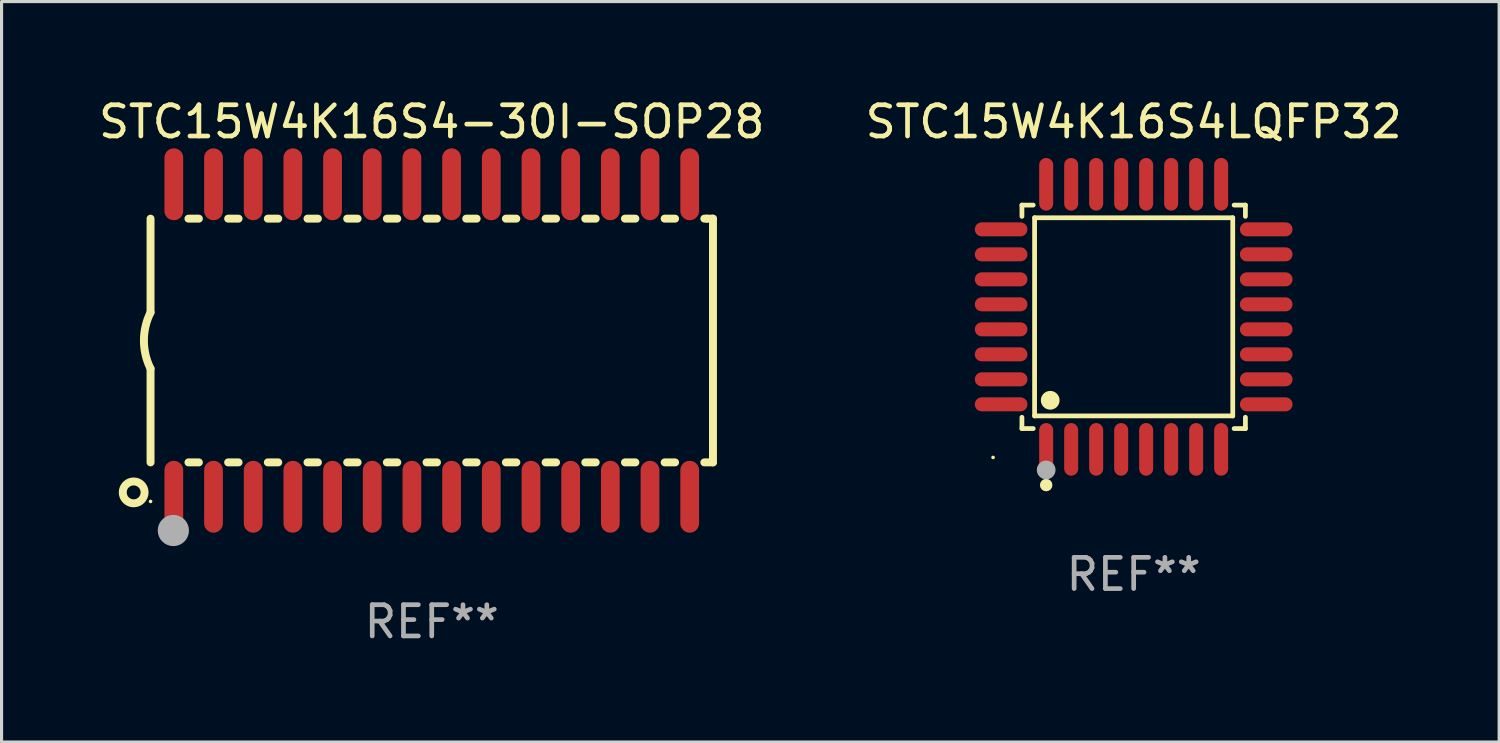
<source format=kicad_pcb>
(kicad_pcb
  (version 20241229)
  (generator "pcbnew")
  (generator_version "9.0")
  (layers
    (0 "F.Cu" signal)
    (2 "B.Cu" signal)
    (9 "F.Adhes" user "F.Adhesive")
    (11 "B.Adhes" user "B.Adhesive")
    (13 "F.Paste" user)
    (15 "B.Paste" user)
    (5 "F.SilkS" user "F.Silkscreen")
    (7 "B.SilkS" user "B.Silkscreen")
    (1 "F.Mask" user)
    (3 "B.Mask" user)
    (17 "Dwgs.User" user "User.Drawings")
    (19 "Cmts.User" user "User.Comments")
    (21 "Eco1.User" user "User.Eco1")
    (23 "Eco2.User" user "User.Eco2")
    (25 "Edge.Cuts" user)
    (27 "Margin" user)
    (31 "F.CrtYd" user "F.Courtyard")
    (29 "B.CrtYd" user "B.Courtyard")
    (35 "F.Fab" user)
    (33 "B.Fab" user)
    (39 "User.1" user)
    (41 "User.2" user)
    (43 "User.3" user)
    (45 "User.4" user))
  (footprint "STC15W4K16S4LQFP32"
    (layer "F.Cu")
    (at 33.232 7.09)
    (property "Reference" "STC15W4K16S4LQFP32" (at 0 -6.242 0) (layer "F.SilkS") (effects (font (size 1 1) (thickness 0.15))))
    (attr through_hole)
    (fp_line (start -3.576 -3.576) (end -3.215 -3.576) (stroke (width 0.152) (type solid)) (layer "F.SilkS"))
    (fp_line (start -3.576 -3.215) (end -3.576 -3.576) (stroke (width 0.152) (type solid)) (layer "F.SilkS"))
    (fp_line (start -3.576 3.215) (end -3.576 3.576) (stroke (width 0.152) (type solid)) (layer "F.SilkS"))
    (fp_line (start -3.576 3.576) (end -3.215 3.576) (stroke (width 0.152) (type solid)) (layer "F.SilkS"))
    (fp_line (start -3.171 -3.171) (end 3.171 -3.171) (stroke (width 0.152) (type solid)) (layer "F.SilkS"))
    (fp_line (start -3.171 3.171) (end -3.171 -3.171) (stroke (width 0.152) (type solid)) (layer "F.SilkS"))
    (fp_line (start 3.171 -3.171) (end 3.171 3.171) (stroke (width 0.152) (type solid)) (layer "F.SilkS"))
    (fp_line (start 3.171 3.171) (end -3.171 3.171) (stroke (width 0.152) (type solid)) (layer "F.SilkS"))
    (fp_line (start 3.576 -3.576) (end 3.215 -3.576) (stroke (width 0.152) (type solid)) (layer "F.SilkS"))
    (fp_line (start 3.576 -3.215) (end 3.576 -3.576) (stroke (width 0.152) (type solid)) (layer "F.SilkS"))
    (fp_line (start 3.576 3.215) (end 3.576 3.576) (stroke (width 0.152) (type solid)) (layer "F.SilkS"))
    (fp_line (start 3.576 3.576) (end 3.215 3.576) (stroke (width 0.152) (type solid)) (layer "F.SilkS"))
    (fp_circle (center -4.5 4.5) (end -4.47 4.5) (stroke (width 0.06) (type solid)) (fill no) (layer "F.SilkS"))
    (fp_circle (center -2.8 5.384) (end -2.7 5.384) (stroke (width 0.2) (type solid)) (fill no) (layer "F.SilkS"))
    (fp_circle (center -2.671 2.671) (end -2.521 2.671) (stroke (width 0.3) (type solid)) (fill no) (layer "F.SilkS"))
    (fp_circle (center -2.8 4.9) (end -2.65 4.9) (stroke (width 0.3) (type solid)) (fill no) (layer "F.Fab"))
    (fp_text user "REF**" (at 0 8.242 0) (layer "F.Fab") (effects (font (size 1 1) (thickness 0.15))))
    (pad "1" smd oval (at -2.8 4.242) (size 0.448 1.684) (layers "F.Cu" "F.Mask" "F.Paste"))
    (pad "2" smd oval (at -2 4.242) (size 0.448 1.684) (layers "F.Cu" "F.Mask" "F.Paste"))
    (pad "3" smd oval (at -1.2 4.242) (size 0.448 1.684) (layers "F.Cu" "F.Mask" "F.Paste"))
    (pad "4" smd oval (at -0.4 4.242) (size 0.448 1.684) (layers "F.Cu" "F.Mask" "F.Paste"))
    (pad "5" smd oval (at 0.4 4.242) (size 0.448 1.684) (layers "F.Cu" "F.Mask" "F.Paste"))
    (pad "6" smd oval (at 1.2 4.242) (size 0.448 1.684) (layers "F.Cu" "F.Mask" "F.Paste"))
    (pad "7" smd oval (at 2 4.242) (size 0.448 1.684) (layers "F.Cu" "F.Mask" "F.Paste"))
    (pad "8" smd oval (at 2.8 4.242) (size 0.448 1.684) (layers "F.Cu" "F.Mask" "F.Paste"))
    (pad "9" smd oval (at 4.242 2.8) (size 1.684 0.448) (layers "F.Cu" "F.Mask" "F.Paste"))
    (pad "10" smd oval (at 4.242 2) (size 1.684 0.448) (layers "F.Cu" "F.Mask" "F.Paste"))
    (pad "11" smd oval (at 4.242 1.2) (size 1.684 0.448) (layers "F.Cu" "F.Mask" "F.Paste"))
    (pad "12" smd oval (at 4.242 0.4) (size 1.684 0.448) (layers "F.Cu" "F.Mask" "F.Paste"))
    (pad "13" smd oval (at 4.242 -0.4) (size 1.684 0.448) (layers "F.Cu" "F.Mask" "F.Paste"))
    (pad "14" smd oval (at 4.242 -1.2) (size 1.684 0.448) (layers "F.Cu" "F.Mask" "F.Paste"))
    (pad "15" smd oval (at 4.242 -2) (size 1.684 0.448) (layers "F.Cu" "F.Mask" "F.Paste"))
    (pad "16" smd oval (at 4.242 -2.8) (size 1.684 0.448) (layers "F.Cu" "F.Mask" "F.Paste"))
    (pad "17" smd oval (at 2.8 -4.242) (size 0.448 1.684) (layers "F.Cu" "F.Mask" "F.Paste"))
    (pad "18" smd oval (at 2 -4.242) (size 0.448 1.684) (layers "F.Cu" "F.Mask" "F.Paste"))
    (pad "19" smd oval (at 1.2 -4.242) (size 0.448 1.684) (layers "F.Cu" "F.Mask" "F.Paste"))
    (pad "20" smd oval (at 0.4 -4.242) (size 0.448 1.684) (layers "F.Cu" "F.Mask" "F.Paste"))
    (pad "21" smd oval (at -0.4 -4.242) (size 0.448 1.684) (layers "F.Cu" "F.Mask" "F.Paste"))
    (pad "22" smd oval (at -1.2 -4.242) (size 0.448 1.684) (layers "F.Cu" "F.Mask" "F.Paste"))
    (pad "23" smd oval (at -2 -4.242) (size 0.448 1.684) (layers "F.Cu" "F.Mask" "F.Paste"))
    (pad "24" smd oval (at -2.8 -4.242) (size 0.448 1.684) (layers "F.Cu" "F.Mask" "F.Paste"))
    (pad "25" smd oval (at -4.242 -2.8) (size 1.684 0.448) (layers "F.Cu" "F.Mask" "F.Paste"))
    (pad "26" smd oval (at -4.242 -2) (size 1.684 0.448) (layers "F.Cu" "F.Mask" "F.Paste"))
    (pad "27" smd oval (at -4.242 -1.2) (size 1.684 0.448) (layers "F.Cu" "F.Mask" "F.Paste"))
    (pad "28" smd oval (at -4.242 -0.4) (size 1.684 0.448) (layers "F.Cu" "F.Mask" "F.Paste"))
    (pad "29" smd oval (at -4.242 0.4) (size 1.684 0.448) (layers "F.Cu" "F.Mask" "F.Paste"))
    (pad "30" smd oval (at -4.242 1.2) (size 1.684 0.448) (layers "F.Cu" "F.Mask" "F.Paste"))
    (pad "31" smd oval (at -4.242 2) (size 1.684 0.448) (layers "F.Cu" "F.Mask" "F.Paste"))
    (pad "32" smd oval (at -4.242 2.8) (size 1.684 0.448) (layers "F.Cu" "F.Mask" "F.Paste")))
  (footprint "STC15W4K16S4-30I-SOP28"
    (layer "F.Cu")
    (at 10.768 7.848)
    (property "Reference" "STC15W4K16S4-30I-SOP28" (at 0 -7 0) (layer "F.SilkS") (effects (font (size 1 1) (thickness 0.15))))
    (attr through_hole)
    (fp_line (start -9 -3.9) (end -9 -0.9) (stroke (width 0.254) (type solid)) (layer "F.SilkS"))
    (fp_line (start -9 3.9) (end -9 0.9) (stroke (width 0.254) (type solid)) (layer "F.SilkS"))
    (fp_line (start -7.787 -3.9) (end -7.453 -3.9) (stroke (width 0.254) (type solid)) (layer "F.SilkS"))
    (fp_line (start -7.787 3.9) (end -7.453 3.9) (stroke (width 0.254) (type solid)) (layer "F.SilkS"))
    (fp_line (start -6.517 3.9) (end -6.183 3.9) (stroke (width 0.254) (type solid)) (layer "F.SilkS"))
    (fp_line (start -6.517 -3.9) (end -6.183 -3.9) (stroke (width 0.254) (type solid)) (layer "F.SilkS"))
    (fp_line (start -5.247 3.9) (end -4.913 3.9) (stroke (width 0.254) (type solid)) (layer "F.SilkS"))
    (fp_line (start -5.247 -3.9) (end -4.913 -3.9) (stroke (width 0.254) (type solid)) (layer "F.SilkS"))
    (fp_line (start -3.977 3.9) (end -3.643 3.9) (stroke (width 0.254) (type solid)) (layer "F.SilkS"))
    (fp_line (start -3.977 -3.9) (end -3.643 -3.9) (stroke (width 0.254) (type solid)) (layer "F.SilkS"))
    (fp_line (start -2.707 3.9) (end -2.373 3.9) (stroke (width 0.254) (type solid)) (layer "F.SilkS"))
    (fp_line (start -2.707 -3.9) (end -2.373 -3.9) (stroke (width 0.254) (type solid)) (layer "F.SilkS"))
    (fp_line (start -1.437 3.9) (end -1.103 3.9) (stroke (width 0.254) (type solid)) (layer "F.SilkS"))
    (fp_line (start -1.437 -3.9) (end -1.103 -3.9) (stroke (width 0.254) (type solid)) (layer "F.SilkS"))
    (fp_line (start -0.167 3.9) (end 0.167 3.9) (stroke (width 0.254) (type solid)) (layer "F.SilkS"))
    (fp_line (start -0.167 -3.9) (end 0.167 -3.9) (stroke (width 0.254) (type solid)) (layer "F.SilkS"))
    (fp_line (start 1.103 3.9) (end 1.437 3.9) (stroke (width 0.254) (type solid)) (layer "F.SilkS"))
    (fp_line (start 1.103 -3.9) (end 1.437 -3.9) (stroke (width 0.254) (type solid)) (layer "F.SilkS"))
    (fp_line (start 2.373 3.9) (end 2.707 3.9) (stroke (width 0.254) (type solid)) (layer "F.SilkS"))
    (fp_line (start 2.373 -3.9) (end 2.707 -3.9) (stroke (width 0.254) (type solid)) (layer "F.SilkS"))
    (fp_line (start 3.643 3.9) (end 3.977 3.9) (stroke (width 0.254) (type solid)) (layer "F.SilkS"))
    (fp_line (start 3.643 -3.9) (end 3.977 -3.9) (stroke (width 0.254) (type solid)) (layer "F.SilkS"))
    (fp_line (start 4.913 3.9) (end 5.247 3.9) (stroke (width 0.254) (type solid)) (layer "F.SilkS"))
    (fp_line (start 4.913 -3.9) (end 5.247 -3.9) (stroke (width 0.254) (type solid)) (layer "F.SilkS"))
    (fp_line (start 6.183 3.9) (end 6.517 3.9) (stroke (width 0.254) (type solid)) (layer "F.SilkS"))
    (fp_line (start 6.183 -3.9) (end 6.517 -3.9) (stroke (width 0.254) (type solid)) (layer "F.SilkS"))
    (fp_line (start 7.453 -3.9) (end 7.787 -3.9) (stroke (width 0.254) (type solid)) (layer "F.SilkS"))
    (fp_line (start 7.453 3.9) (end 7.787 3.9) (stroke (width 0.254) (type solid)) (layer "F.SilkS"))
    (fp_line (start 8.723 -3.9) (end 8.8 -3.9) (stroke (width 0.254) (type solid)) (layer "F.SilkS"))
    (fp_line (start 8.723 3.9) (end 9 3.9) (stroke (width 0.254) (type solid)) (layer "F.SilkS"))
    (fp_line (start 8.8 -3.9) (end 9 -3.9) (stroke (width 0.254) (type solid)) (layer "F.SilkS"))
    (fp_line (start 9 -3.9) (end 9 3.9) (stroke (width 0.254) (type solid)) (layer "F.SilkS"))
    (fp_arc (start -8.999606 0.900432) (mid -9.212 0.000246) (end -8.99986 -0.9) (stroke (width 0.254001) (type solid)) (layer "F.SilkS"))
    (fp_circle (center -9.54 4.86) (end -9.19 4.86) (stroke (width 0.254) (type solid)) (fill no) (layer "F.SilkS"))
    (fp_circle (center -9 5.15) (end -8.97 5.15) (stroke (width 0.06) (type solid)) (fill no) (layer "F.SilkS"))
    (fp_circle (center -8.27 6.08) (end -8.02 6.08) (stroke (width 0.5) (type solid)) (fill no) (layer "F.Fab"))
    (fp_text user "REF**" (at 0 9 0) (layer "F.Fab") (effects (font (size 1 1) (thickness 0.15))))
    (pad "1" smd oval (at -8.255 5) (size 0.6 2.3) (layers "F.Cu" "F.Mask" "F.Paste"))
    (pad "2" smd oval (at -6.985 5) (size 0.6 2.3) (layers "F.Cu" "F.Mask" "F.Paste"))
    (pad "3" smd oval (at -5.715 5) (size 0.6 2.3) (layers "F.Cu" "F.Mask" "F.Paste"))
    (pad "4" smd oval (at -4.445 5) (size 0.6 2.3) (layers "F.Cu" "F.Mask" "F.Paste"))
    (pad "5" smd oval (at -3.175 5) (size 0.6 2.3) (layers "F.Cu" "F.Mask" "F.Paste"))
    (pad "6" smd oval (at -1.905 5) (size 0.6 2.3) (layers "F.Cu" "F.Mask" "F.Paste"))
    (pad "7" smd oval (at -0.635 5) (size 0.6 2.3) (layers "F.Cu" "F.Mask" "F.Paste"))
    (pad "8" smd oval (at 0.635 5) (size 0.6 2.3) (layers "F.Cu" "F.Mask" "F.Paste"))
    (pad "9" smd oval (at 1.905 5) (size 0.6 2.3) (layers "F.Cu" "F.Mask" "F.Paste"))
    (pad "10" smd oval (at 3.175 5) (size 0.6 2.3) (layers "F.Cu" "F.Mask" "F.Paste"))
    (pad "11" smd oval (at 4.445 5) (size 0.6 2.3) (layers "F.Cu" "F.Mask" "F.Paste"))
    (pad "12" smd oval (at 5.715 5) (size 0.6 2.3) (layers "F.Cu" "F.Mask" "F.Paste"))
    (pad "13" smd oval (at 6.985 5) (size 0.6 2.3) (layers "F.Cu" "F.Mask" "F.Paste"))
    (pad "14" smd oval (at 8.255 5) (size 0.6 2.3) (layers "F.Cu" "F.Mask" "F.Paste"))
    (pad "15" smd oval (at 8.255 -5) (size 0.6 2.3) (layers "F.Cu" "F.Mask" "F.Paste"))
    (pad "16" smd oval (at 6.985 -5) (size 0.6 2.3) (layers "F.Cu" "F.Mask" "F.Paste"))
    (pad "17" smd oval (at 5.715 -5) (size 0.6 2.3) (layers "F.Cu" "F.Mask" "F.Paste"))
    (pad "18" smd oval (at 4.445 -5) (size 0.6 2.3) (layers "F.Cu" "F.Mask" "F.Paste"))
    (pad "19" smd oval (at 3.175 -5) (size 0.6 2.3) (layers "F.Cu" "F.Mask" "F.Paste"))
    (pad "20" smd oval (at 1.905 -5) (size 0.6 2.3) (layers "F.Cu" "F.Mask" "F.Paste"))
    (pad "21" smd oval (at 0.635 -5) (size 0.6 2.3) (layers "F.Cu" "F.Mask" "F.Paste"))
    (pad "22" smd oval (at -0.635 -5) (size 0.6 2.3) (layers "F.Cu" "F.Mask" "F.Paste"))
    (pad "23" smd oval (at -1.905 -5) (size 0.6 2.3) (layers "F.Cu" "F.Mask" "F.Paste"))
    (pad "24" smd oval (at -3.175 -5) (size 0.6 2.3) (layers "F.Cu" "F.Mask" "F.Paste"))
    (pad "25" smd oval (at -4.445 -5) (size 0.6 2.3) (layers "F.Cu" "F.Mask" "F.Paste"))
    (pad "26" smd oval (at -5.715 -5) (size 0.6 2.3) (layers "F.Cu" "F.Mask" "F.Paste"))
    (pad "27" smd oval (at -6.985 -5) (size 0.6 2.3) (layers "F.Cu" "F.Mask" "F.Paste"))
    (pad "28" smd oval (at -8.255 -5) (size 0.6 2.3) (layers "F.Cu" "F.Mask" "F.Paste")))
  (gr_rect
    (start -3 -3)
    (end 44.929 20.697)
    (stroke (width 0.1) (type default))
    (fill no)
    (layer "Edge.Cuts")))
</source>
